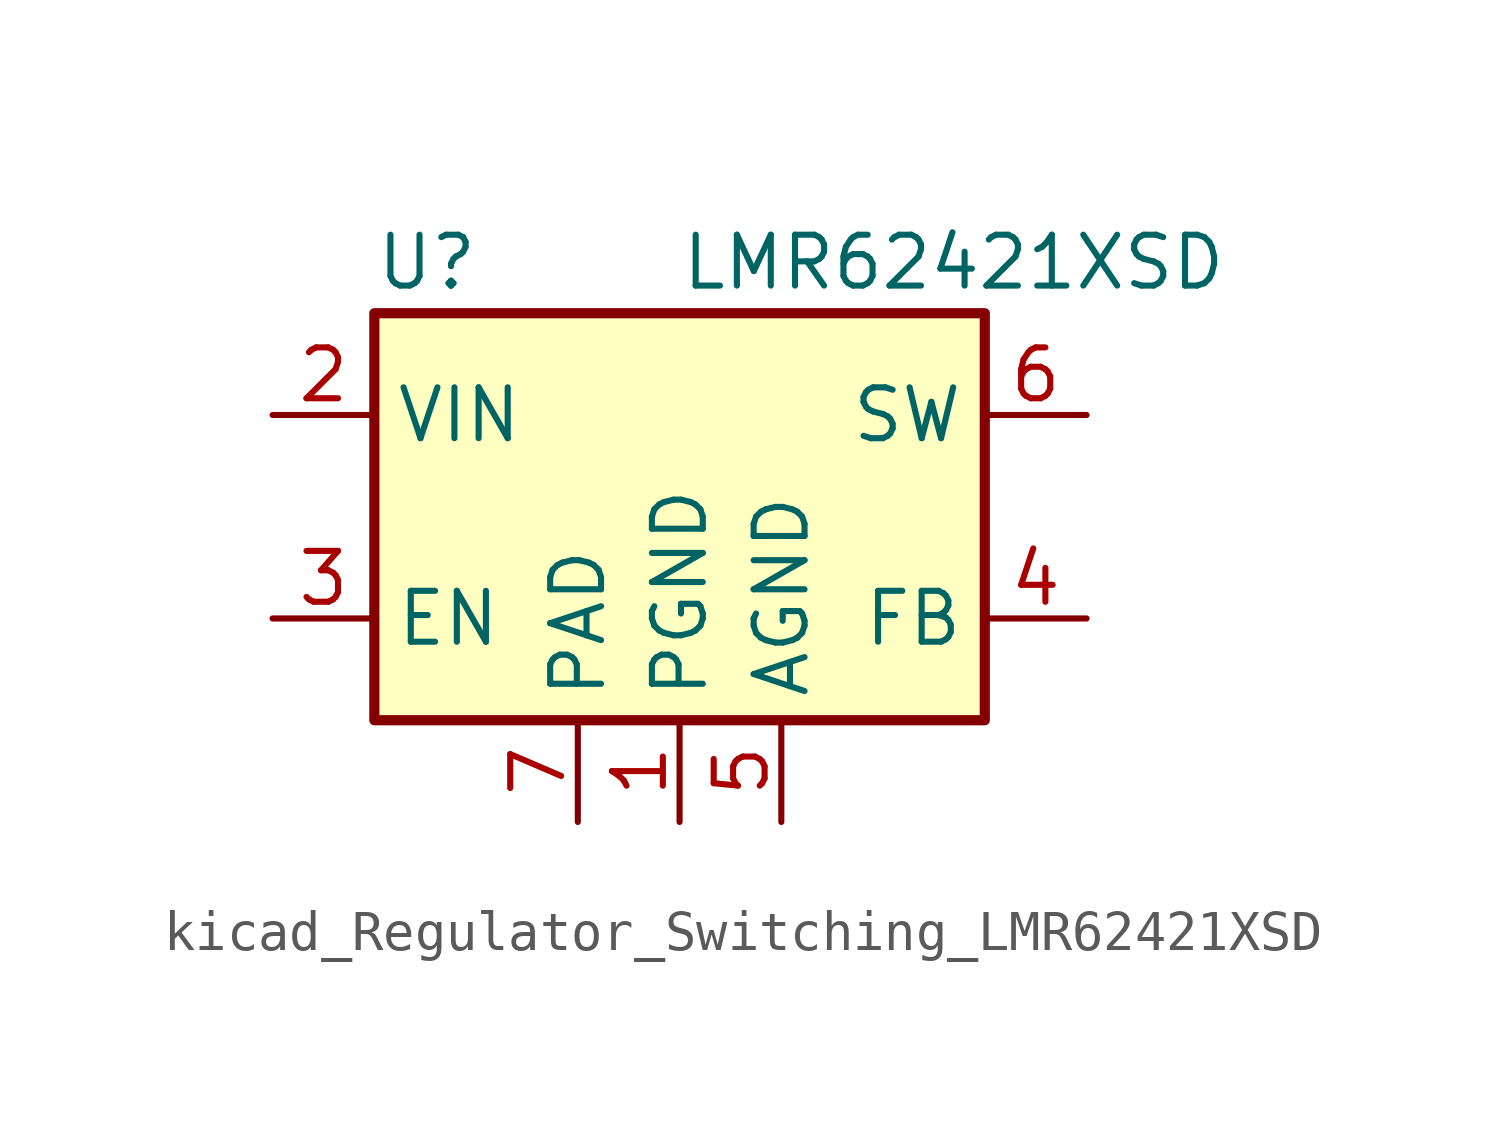
<source format=kicad_sym>
(kicad_symbol_lib
  (version 20220914)
  (generator kicad_symbol_editor)
  (symbol "kicad_Regulator_Switching_LMR62421XSD"
    (property "Reference" "U"
      (at -7.62 6.35 0)
      (effects (font (size 1.27 1.27)) (justify left)))
    (property "Value" "LMR62421XSD"
      (at 0 6.35 0)
      (effects (font (size 1.27 1.27)) (justify left)))
    (symbol "kicad_Regulator_Switching_LMR62421XSD_0_1"
      (rectangle (start -7.62 5.08) (end 7.62 -5.08) (stroke (width 0.254) (type default)) (fill (type background))))
    (symbol "kicad_Regulator_Switching_LMR62421XSD_1_1"
      (pin power_in line (at 0 -7.62 90) (length 2.54) (name "PGND" (effects (font (size 1.27 1.27)))) (number "1" (effects (font (size 1.27 1.27)))))
      (pin power_in line (at -10.16 2.54 0) (length 2.54) (name "VIN" (effects (font (size 1.27 1.27)))) (number "2" (effects (font (size 1.27 1.27)))))
      (pin input line (at -10.16 -2.54 0) (length 2.54) (name "EN" (effects (font (size 1.27 1.27)))) (number "3" (effects (font (size 1.27 1.27)))))
      (pin input line (at 10.16 -2.54 180) (length 2.54) (name "FB" (effects (font (size 1.27 1.27)))) (number "4" (effects (font (size 1.27 1.27)))))
      (pin input line (at 2.54 -7.62 90) (length 2.54) (name "AGND" (effects (font (size 1.27 1.27)))) (number "5" (effects (font (size 1.27 1.27)))))
      (pin output line (at 10.16 2.54 180) (length 2.54) (name "SW" (effects (font (size 1.27 1.27)))) (number "6" (effects (font (size 1.27 1.27)))))
      (pin passive line (at -2.54 -7.62 90) (length 2.54) (name "PAD" (effects (font (size 1.27 1.27)))) (number "7" (effects (font (size 1.27 1.27))))))))
</source>
